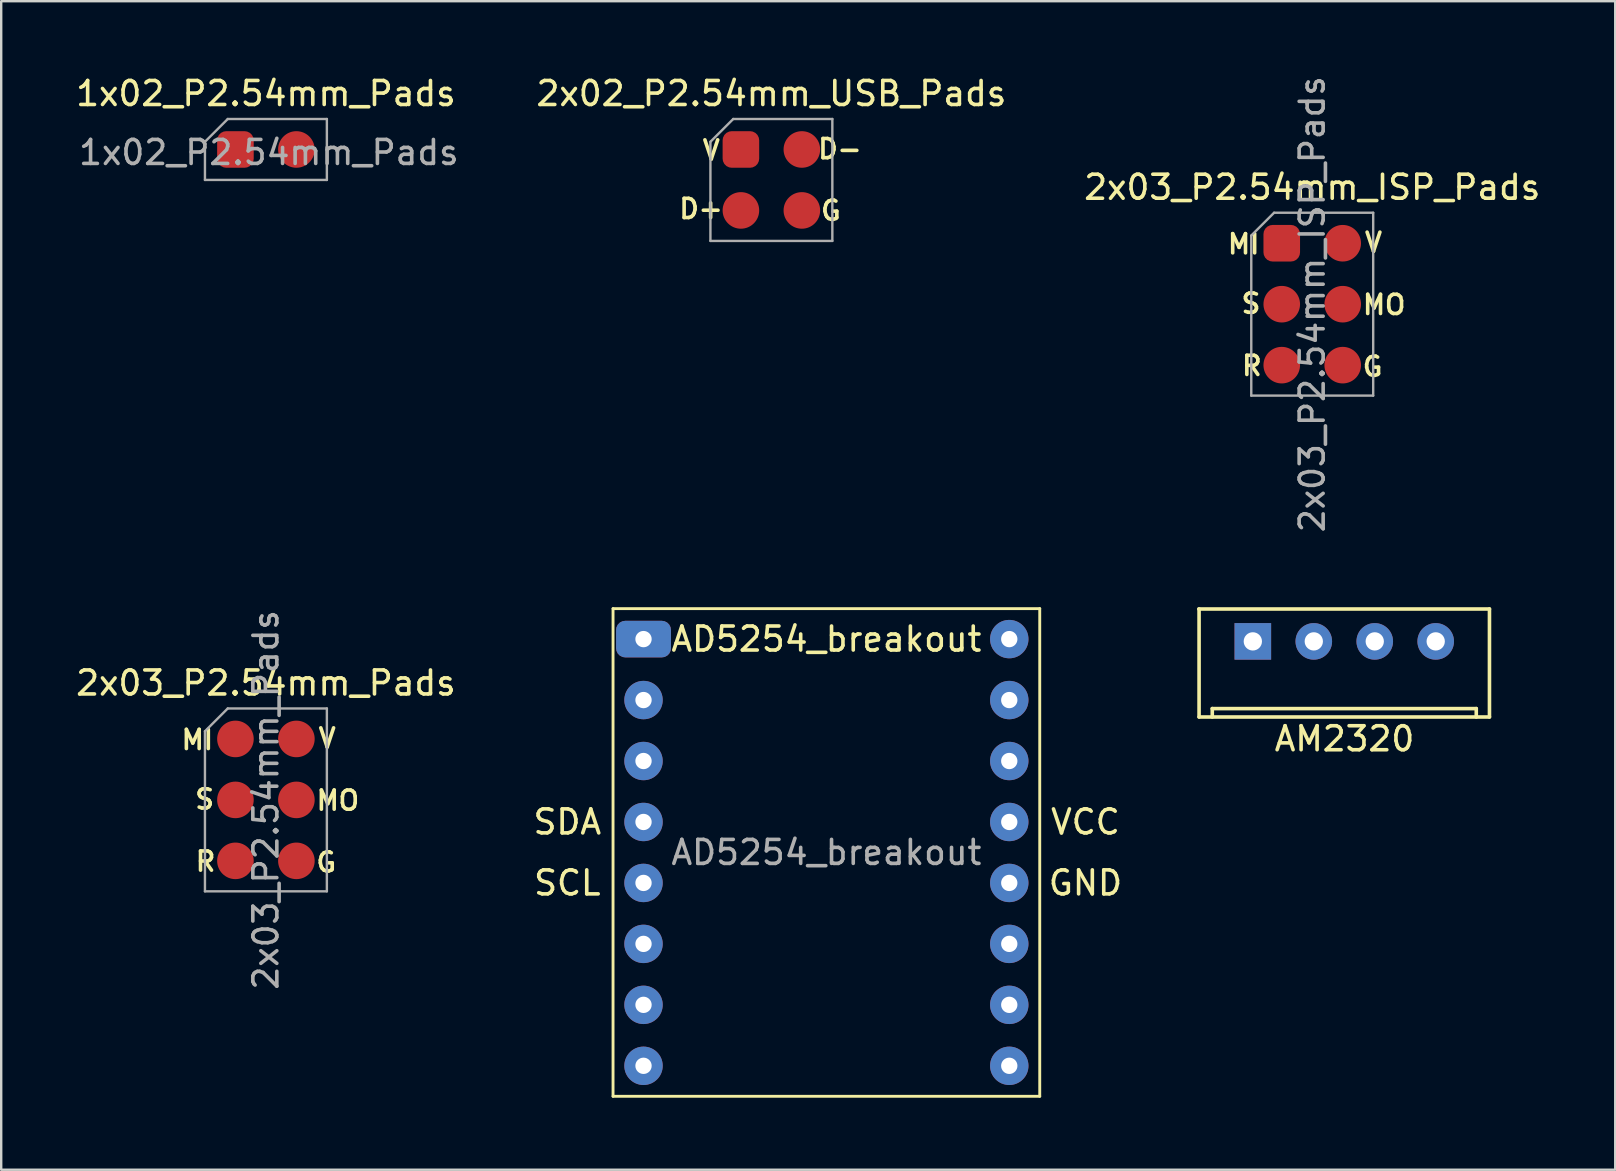
<source format=kicad_pcb>
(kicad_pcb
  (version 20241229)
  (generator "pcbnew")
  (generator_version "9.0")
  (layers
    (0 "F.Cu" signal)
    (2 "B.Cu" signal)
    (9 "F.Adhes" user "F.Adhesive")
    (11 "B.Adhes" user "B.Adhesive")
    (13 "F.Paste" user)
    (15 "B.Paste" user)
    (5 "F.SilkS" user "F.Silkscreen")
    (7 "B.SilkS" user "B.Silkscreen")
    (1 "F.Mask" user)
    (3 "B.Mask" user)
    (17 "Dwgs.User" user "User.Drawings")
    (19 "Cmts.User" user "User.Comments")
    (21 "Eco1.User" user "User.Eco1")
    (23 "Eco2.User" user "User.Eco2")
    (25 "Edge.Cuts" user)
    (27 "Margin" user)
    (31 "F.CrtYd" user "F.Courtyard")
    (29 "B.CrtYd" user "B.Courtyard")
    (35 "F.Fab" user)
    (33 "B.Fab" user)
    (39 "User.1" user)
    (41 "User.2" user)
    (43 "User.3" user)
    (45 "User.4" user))
  (footprint "AM2320"
    (layer "F.Cu")
    (at 52.963 23.675)
    (property "Reference" "AM2320" (at 0.01 4.059 0) (layer "F.SilkS") (effects (font (size 1 1) (thickness 0.15))))
    (attr through_hole)
    (fp_line (start -6.05 -1.35) (end -6.05 3.15) (stroke (width 0.15) (type solid)) (layer "F.SilkS"))
    (fp_line (start -6.05 3.15) (end 6.05 3.15) (stroke (width 0.15) (type solid)) (layer "F.SilkS"))
    (fp_line (start -5.5 2.8) (end 5.5 2.8) (stroke (width 0.15) (type solid)) (layer "F.SilkS"))
    (fp_line (start -5.5 3.15) (end -5.5 2.8) (stroke (width 0.15) (type solid)) (layer "F.SilkS"))
    (fp_line (start 5.5 2.8) (end 5.5 3.15) (stroke (width 0.15) (type solid)) (layer "F.SilkS"))
    (fp_line (start 6.05 -1.35) (end -6.06 -1.35) (stroke (width 0.15) (type solid)) (layer "F.SilkS"))
    (fp_line (start 6.05 3.15) (end 6.05 -1.35) (stroke (width 0.15) (type solid)) (layer "F.SilkS"))
    (pad "1" thru_hole rect (at -3.81 0) (size 1.524 1.524) (drill 0.762) (layers "*.Cu" "*.Mask"))
    (pad "2" thru_hole circle (at -1.27 0) (size 1.524 1.524) (drill 0.762) (layers "*.Cu" "*.Mask"))
    (pad "3" thru_hole circle (at 1.27 0) (size 1.524 1.524) (drill 0.762) (layers "*.Cu" "*.Mask"))
    (pad "4" thru_hole circle (at 3.81 0) (size 1.524 1.524) (drill 0.762) (layers "*.Cu" "*.Mask")))
  (footprint "1x02_P2.54mm_Pads"
    (layer "F.Cu")
    (at 8.03 3.178)
    (property "Reference" "1x02_P2.54mm_Pads" (at 0 -2.33 0) (layer "F.SilkS") (effects (font (size 1 1) (thickness 0.15))))
    (attr smd)
    (fp_line (start -2.54 -0.32) (end -1.59 -1.27) (stroke (width 0.1) (type solid)) (layer "F.Fab"))
    (fp_line (start -2.54 1.27) (end -2.54 -0.32) (stroke (width 0.1) (type solid)) (layer "F.Fab"))
    (fp_line (start -1.59 -1.27) (end 2.54 -1.27) (stroke (width 0.1) (type solid)) (layer "F.Fab"))
    (fp_line (start 2.54 -1.27) (end 2.54 1.27) (stroke (width 0.1) (type solid)) (layer "F.Fab"))
    (fp_line (start 2.54 1.27) (end -2.54 1.27) (stroke (width 0.1) (type solid)) (layer "F.Fab"))
    (fp_text user "${REFERENCE}" (at 0.122 0.127 180) (layer "F.Fab") (effects (font (size 1 1) (thickness 0.15))))
    (pad "1" connect roundrect (at -1.27 0) (size 1.524 1.524) (layers "F.Cu" "F.Mask") (roundrect_rratio 0.25))
    (pad "2" connect circle (at 1.27 0) (size 1.524 1.524) (layers "F.Cu" "F.Mask")))
  (footprint "2x03_P2.54mm_Pads"
    (layer "F.Cu")
    (at 8.03 30.28)
    (property "Reference" "2x03_P2.54mm_Pads" (at 0 -4.87 0) (layer "F.SilkS") (effects (font (size 1 1) (thickness 0.15))))
    (attr smd)
    (fp_line (start -2.54 -2.86) (end -1.59 -3.81) (stroke (width 0.1) (type solid)) (layer "F.Fab"))
    (fp_line (start -2.54 3.81) (end -2.54 -2.86) (stroke (width 0.1) (type solid)) (layer "F.Fab"))
    (fp_line (start -1.59 -3.81) (end 2.54 -3.81) (stroke (width 0.1) (type solid)) (layer "F.Fab"))
    (fp_line (start 2.54 -3.81) (end 2.54 3.81) (stroke (width 0.1) (type solid)) (layer "F.Fab"))
    (fp_line (start 2.54 3.81) (end -2.54 3.81) (stroke (width 0.1) (type solid)) (layer "F.Fab"))
    (fp_text user "G" (at 2.515 2.603 0) (layer "F.SilkS") (effects (font (size 0.8 0.8) (thickness 0.15))))
    (fp_text user "MI" (at -2.857 -2.502 0) (layer "F.SilkS") (effects (font (size 0.8 0.8) (thickness 0.15))))
    (fp_text user "V" (at 2.553 -2.565 0) (layer "F.SilkS") (effects (font (size 0.8 0.8) (thickness 0.15))))
    (fp_text user "R" (at -2.515 2.565 0) (layer "F.SilkS") (effects (font (size 0.8 0.8) (thickness 0.15))))
    (fp_text user "MO" (at 2.997 0.025 0) (layer "F.SilkS") (effects (font (size 0.8 0.8) (thickness 0.15))))
    (fp_text user "S" (at -2.553 -0.025 0) (layer "F.SilkS") (effects (font (size 0.8 0.8) (thickness 0.15))))
    (fp_text user "${REFERENCE}" (at 0 0 90) (layer "F.Fab") (effects (font (size 1 1) (thickness 0.15))))
    (pad "1" connect circle (at -1.27 -2.54) (size 1.524 1.524) (layers "F.Cu" "F.Mask"))
    (pad "2" connect circle (at 1.27 -2.54) (size 1.524 1.524) (layers "F.Cu" "F.Mask"))
    (pad "3" connect circle (at -1.27 0) (size 1.524 1.524) (layers "F.Cu" "F.Mask"))
    (pad "4" connect circle (at 1.27 0) (size 1.524 1.524) (layers "F.Cu" "F.Mask"))
    (pad "5" connect circle (at -1.27 2.54) (size 1.524 1.524) (layers "F.Cu" "F.Mask"))
    (pad "6" connect circle (at 1.27 2.54) (size 1.524 1.524) (layers "F.Cu" "F.Mask")))
  (footprint "AD5254_breakout"
    (layer "F.Cu")
    (at 31.384 32.47)
    (property "Reference" "AD5254_breakout" (at 0 -8.89 0) (unlocked yes) (layer "F.SilkS") (effects (font (size 1 1) (thickness 0.15))))
    (attr through_hole)
    (fp_line (start -8.89 -10.16) (end -8.89 10.16) (stroke (width 0.12) (type solid)) (layer "F.SilkS"))
    (fp_line (start -8.89 10.16) (end 8.89 10.16) (stroke (width 0.12) (type solid)) (layer "F.SilkS"))
    (fp_line (start 8.89 -10.16) (end -8.89 -10.16) (stroke (width 0.12) (type solid)) (layer "F.SilkS"))
    (fp_line (start 8.89 10.16) (end 8.89 -10.16) (stroke (width 0.12) (type solid)) (layer "F.SilkS"))
    (fp_text user "SDA" (at -10.795 -1.27 0) (unlocked yes) (layer "F.SilkS") (effects (font (size 1 1) (thickness 0.15))))
    (fp_text user "SCL" (at -10.795 1.27 0) (unlocked yes) (layer "F.SilkS") (effects (font (size 1 1) (thickness 0.15))))
    (fp_text user "VCC" (at 10.795 -1.27 0) (unlocked yes) (layer "F.SilkS") (effects (font (size 1 1) (thickness 0.15))))
    (fp_text user "GND" (at 10.795 1.27 0) (unlocked yes) (layer "F.SilkS") (effects (font (size 1 1) (thickness 0.15))))
    (fp_text user "${REFERENCE}" (at 0 0 0) (unlocked yes) (layer "F.Fab") (effects (font (size 1 1) (thickness 0.15))))
    (pad "1" thru_hole roundrect (at -7.62 -8.89) (size 2.286 1.524) (drill 0.68) (layers "*.Cu" "*.Mask") (roundrect_rratio 0.25))
    (pad "2" thru_hole circle (at -7.62 -6.35) (size 1.6 1.6) (drill 0.68) (layers "*.Cu" "*.Mask"))
    (pad "3" thru_hole circle (at -7.62 -3.81) (size 1.6 1.6) (drill 0.68) (layers "*.Cu" "*.Mask"))
    (pad "4" thru_hole circle (at -7.62 -1.27) (size 1.6 1.6) (drill 0.68) (layers "*.Cu" "*.Mask"))
    (pad "5" thru_hole circle (at -7.62 1.27) (size 1.6 1.6) (drill 0.68) (layers "*.Cu" "*.Mask"))
    (pad "6" thru_hole circle (at -7.62 3.81) (size 1.6 1.6) (drill 0.68) (layers "*.Cu" "*.Mask"))
    (pad "7" thru_hole circle (at -7.62 6.35) (size 1.6 1.6) (drill 0.68) (layers "*.Cu" "*.Mask"))
    (pad "8" thru_hole circle (at -7.62 8.89) (size 1.6 1.6) (drill 0.68) (layers "*.Cu" "*.Mask"))
    (pad "9" thru_hole circle (at 7.62 8.89) (size 1.6 1.6) (drill 0.68) (layers "*.Cu" "*.Mask"))
    (pad "10" thru_hole circle (at 7.62 6.35) (size 1.6 1.6) (drill 0.68) (layers "*.Cu" "*.Mask"))
    (pad "11" thru_hole circle (at 7.62 3.81) (size 1.6 1.6) (drill 0.68) (layers "*.Cu" "*.Mask"))
    (pad "12" thru_hole circle (at 7.62 1.27) (size 1.6 1.6) (drill 0.68) (layers "*.Cu" "*.Mask"))
    (pad "13" thru_hole circle (at 7.62 -1.27) (size 1.6 1.6) (drill 0.68) (layers "*.Cu" "*.Mask"))
    (pad "14" thru_hole circle (at 7.62 -3.81) (size 1.6 1.6) (drill 0.68) (layers "*.Cu" "*.Mask"))
    (pad "15" thru_hole circle (at 7.62 -6.35) (size 1.6 1.6) (drill 0.68) (layers "*.Cu" "*.Mask"))
    (pad "16" thru_hole circle (at 7.62 -8.89) (size 1.6 1.6) (drill 0.68) (layers "*.Cu" "*.Mask")))
  (footprint "2x02_P2.54mm_USB_Pads"
    (layer "F.Cu")
    (at 29.092 4.448)
    (property "Reference" "2x02_P2.54mm_USB_Pads" (at 0 -3.6 0) (layer "F.SilkS") (effects (font (size 1 1) (thickness 0.15))))
    (attr smd)
    (fp_line (start -2.54 -1.59) (end -1.59 -2.54) (stroke (width 0.1) (type solid)) (layer "F.Fab"))
    (fp_line (start -2.54 2.54) (end -2.54 -1.59) (stroke (width 0.1) (type solid)) (layer "F.Fab"))
    (fp_line (start -1.59 -2.54) (end 2.54 -2.54) (stroke (width 0.1) (type solid)) (layer "F.Fab"))
    (fp_line (start 2.54 -2.54) (end 2.54 2.54) (stroke (width 0.1) (type solid)) (layer "F.Fab"))
    (fp_line (start 2.54 2.54) (end -2.54 2.54) (stroke (width 0.1) (type solid)) (layer "F.Fab"))
    (fp_text user "V" (at -2.504 -1.234 0) (layer "F.SilkS") (effects (font (size 0.8 0.8) (thickness 0.15))))
    (fp_text user "G" (at 2.479 1.28 0) (layer "F.SilkS") (effects (font (size 0.8 0.8) (thickness 0.15))))
    (fp_text user "D+" (at -2.931 1.204 0) (layer "F.SilkS") (effects (font (size 0.8 0.8) (thickness 0.15))))
    (fp_text user "D-" (at 2.855 -1.29 0) (layer "F.SilkS") (effects (font (size 0.8 0.8) (thickness 0.15))))
    (pad "1" connect roundrect (at -1.27 -1.27) (size 1.524 1.524) (layers "F.Cu" "F.Mask") (roundrect_rratio 0.25))
    (pad "2" connect circle (at 1.27 -1.27) (size 1.524 1.524) (layers "F.Cu" "F.Mask"))
    (pad "3" connect circle (at -1.27 1.27) (size 1.524 1.524) (layers "F.Cu" "F.Mask"))
    (pad "4" connect circle (at 1.27 1.27) (size 1.524 1.524) (layers "F.Cu" "F.Mask")))
  (footprint "2x03_P2.54mm_ISP_Pads"
    (layer "F.Cu")
    (at 51.628 9.625)
    (property "Reference" "2x03_P2.54mm_ISP_Pads" (at 0 -4.87 0) (layer "F.SilkS") (effects (font (size 1 1) (thickness 0.15))))
    (attr smd)
    (fp_line (start -2.54 -2.86) (end -1.59 -3.81) (stroke (width 0.1) (type solid)) (layer "F.Fab"))
    (fp_line (start -2.54 3.81) (end -2.54 -2.86) (stroke (width 0.1) (type solid)) (layer "F.Fab"))
    (fp_line (start -1.59 -3.81) (end 2.54 -3.81) (stroke (width 0.1) (type solid)) (layer "F.Fab"))
    (fp_line (start 2.54 -3.81) (end 2.54 3.81) (stroke (width 0.1) (type solid)) (layer "F.Fab"))
    (fp_line (start 2.54 3.81) (end -2.54 3.81) (stroke (width 0.1) (type solid)) (layer "F.Fab"))
    (fp_text user "MI" (at -2.857 -2.502 0) (layer "F.SilkS") (effects (font (size 0.8 0.8) (thickness 0.15))))
    (fp_text user "R" (at -2.515 2.565 0) (layer "F.SilkS") (effects (font (size 0.8 0.8) (thickness 0.15))))
    (fp_text user "V" (at 2.553 -2.565 0) (layer "F.SilkS") (effects (font (size 0.8 0.8) (thickness 0.15))))
    (fp_text user "S" (at -2.553 -0.025 0) (layer "F.SilkS") (effects (font (size 0.8 0.8) (thickness 0.15))))
    (fp_text user "G" (at 2.515 2.603 0) (layer "F.SilkS") (effects (font (size 0.8 0.8) (thickness 0.15))))
    (fp_text user "MO" (at 2.997 0.025 0) (layer "F.SilkS") (effects (font (size 0.8 0.8) (thickness 0.15))))
    (fp_text user "${REFERENCE}" (at 0 0 90) (layer "F.Fab") (effects (font (size 1 1) (thickness 0.15))))
    (pad "1" connect roundrect (at -1.27 -2.54) (size 1.524 1.524) (layers "F.Cu" "F.Mask") (roundrect_rratio 0.25))
    (pad "2" connect circle (at 1.27 -2.54) (size 1.524 1.524) (layers "F.Cu" "F.Mask"))
    (pad "3" connect circle (at -1.27 0) (size 1.524 1.524) (layers "F.Cu" "F.Mask"))
    (pad "4" connect circle (at 1.27 0) (size 1.524 1.524) (layers "F.Cu" "F.Mask"))
    (pad "5" connect circle (at -1.27 2.54) (size 1.524 1.524) (layers "F.Cu" "F.Mask"))
    (pad "6" connect circle (at 1.27 2.54) (size 1.524 1.524) (layers "F.Cu" "F.Mask")))
  (gr_rect
    (start -3 -3)
    (end 64.253 45.69)
    (stroke (width 0.1) (type default))
    (fill no)
    (layer "Edge.Cuts")))
</source>
